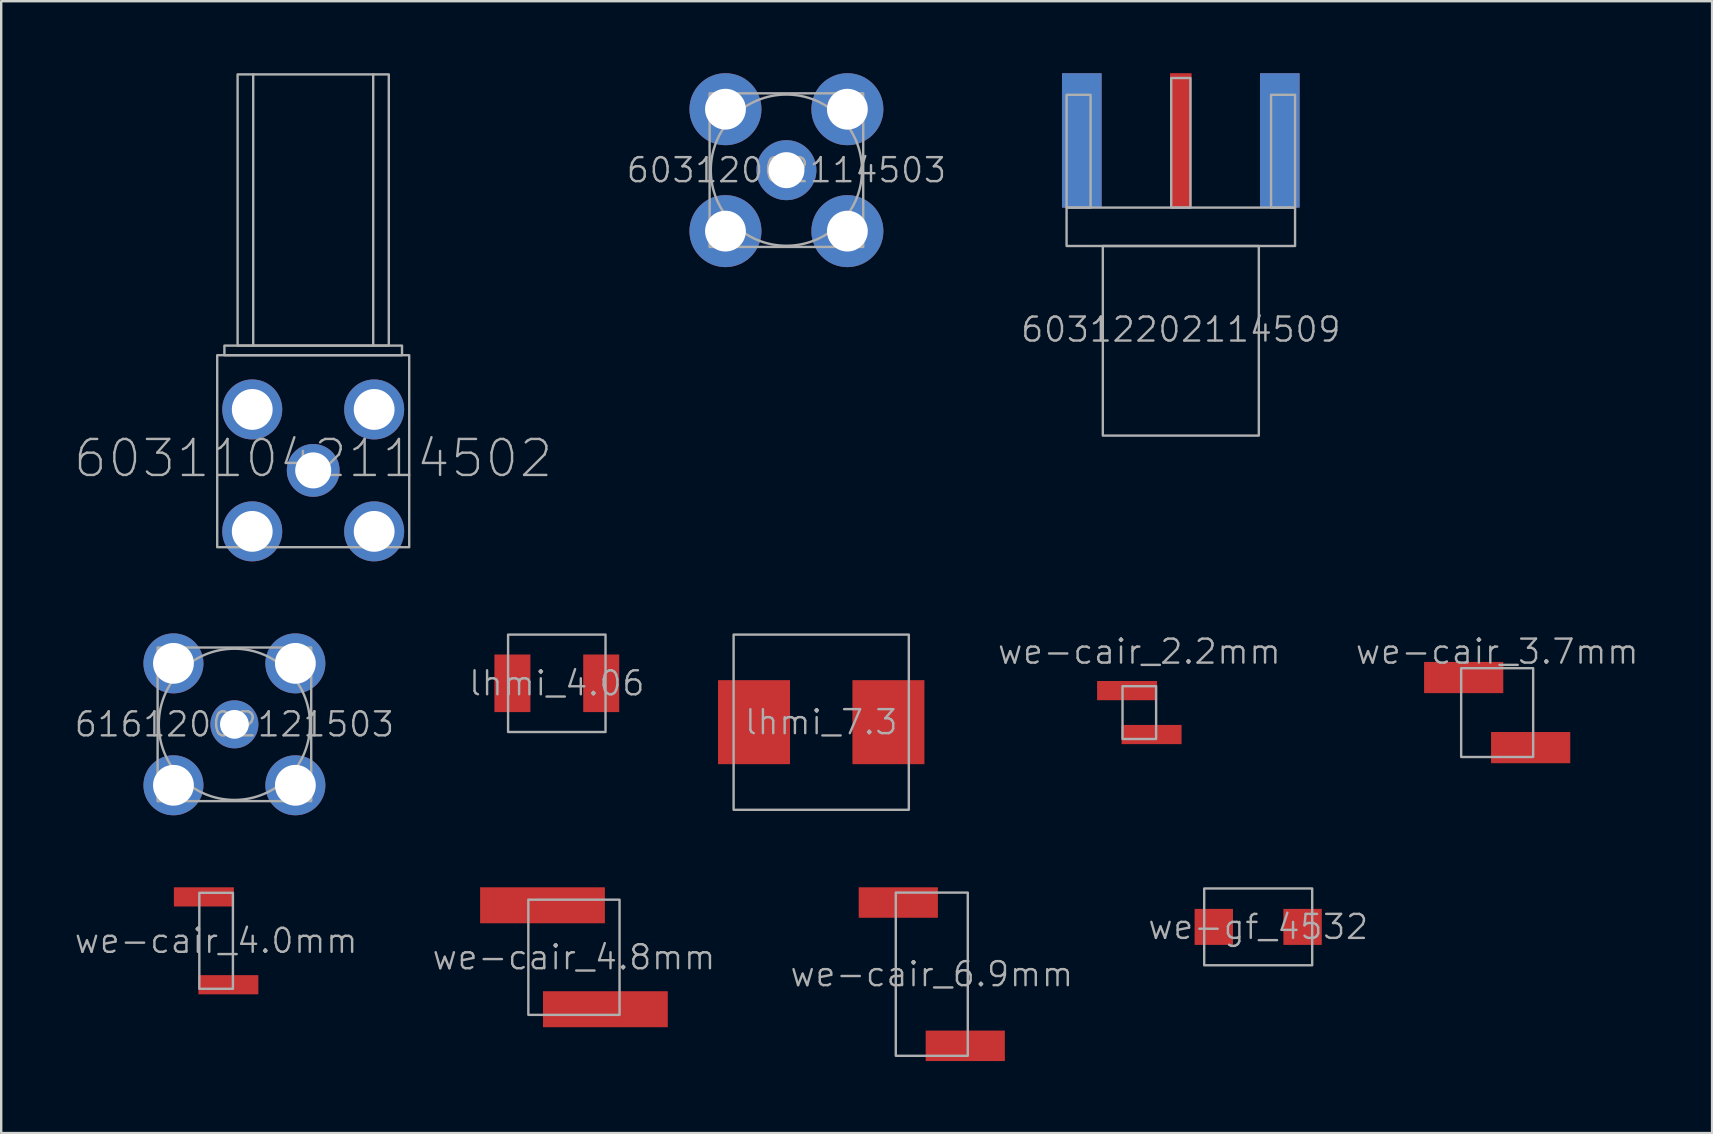
<source format=kicad_pcb>
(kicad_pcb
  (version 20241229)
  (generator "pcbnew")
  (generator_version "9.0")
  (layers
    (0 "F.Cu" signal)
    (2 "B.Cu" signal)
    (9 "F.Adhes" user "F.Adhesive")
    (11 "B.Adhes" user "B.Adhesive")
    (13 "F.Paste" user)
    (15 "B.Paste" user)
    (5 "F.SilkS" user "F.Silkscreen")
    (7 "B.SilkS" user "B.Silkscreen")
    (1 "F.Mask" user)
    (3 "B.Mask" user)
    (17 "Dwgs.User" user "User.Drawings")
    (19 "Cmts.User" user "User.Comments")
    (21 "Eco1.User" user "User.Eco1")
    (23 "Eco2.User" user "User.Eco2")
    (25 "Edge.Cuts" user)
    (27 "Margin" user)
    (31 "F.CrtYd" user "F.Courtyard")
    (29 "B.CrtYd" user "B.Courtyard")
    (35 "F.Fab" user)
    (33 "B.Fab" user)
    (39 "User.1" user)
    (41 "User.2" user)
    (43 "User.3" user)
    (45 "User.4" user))
  (footprint "we-cair_4.8mm"
    (layer "F.Cu")
    (at 20.864 36.835)
    (property "Reference" "we-cair_4.8mm" (at 0 0 0) (unlocked yes) (layer "F.Fab") (effects (font (size 1 1) (thickness 0.1))))
    (attr smd)
    (fp_rect (start -1.9 -2.4) (end 1.9 2.4) (stroke (width 0.1) (type default)) (fill no) (layer "F.Fab"))
    (pad "1" smd rect (at -1.31 -2.165) (size 5.2 1.5) (layers "F.Cu" "F.Mask" "F.Paste"))
    (pad "2" smd rect (at 1.31 2.165) (size 5.2 1.5) (layers "F.Cu" "F.Mask" "F.Paste")))
  (footprint "60312002114503"
    (layer "F.Cu")
    (at 29.717 4.04)
    (property "Reference" "60312002114503" (at 0 0 0) (unlocked yes) (layer "F.Fab") (effects (font (size 1 1) (thickness 0.1))))
    (attr through_hole)
    (fp_rect (start -3.2 3.2) (end 3.2 -3.2) (stroke (width 0.1) (type default)) (fill no) (layer "F.Fab"))
    (fp_circle (center 0 0) (end 3.15 0) (stroke (width 0.1) (type default)) (fill no) (layer "F.Fab"))
    (pad "1" thru_hole circle (at 0 0) (size 2.5 2.5) (drill 1.5) (layers "*.Cu" "*.Mask"))
    (pad "2" thru_hole circle (at -2.54 -2.54) (size 3 3) (drill 1.7) (layers "*.Cu" "*.Mask"))
    (pad "2" thru_hole circle (at -2.54 2.54) (size 3 3) (drill 1.7) (layers "*.Cu" "*.Mask"))
    (pad "2" thru_hole circle (at 2.54 -2.54) (size 3 3) (drill 1.7) (layers "*.Cu" "*.Mask"))
    (pad "2" thru_hole circle (at 2.54 2.54) (size 3 3) (drill 1.7) (layers "*.Cu" "*.Mask")))
  (footprint "lhmi_7.3"
    (layer "F.Cu")
    (at 31.167 27.04)
    (property "Reference" "lhmi_7.3" (at 0 0 0) (unlocked yes) (layer "F.Fab") (effects (font (size 1 1) (thickness 0.1))))
    (attr smd)
    (fp_rect (start -3.65 3.65) (end 3.65 -3.65) (stroke (width 0.1) (type default)) (fill no) (layer "F.Fab"))
    (pad "1" smd rect (at -2.8 0) (size 3 3.5) (layers "F.Cu" "F.Mask" "F.Paste"))
    (pad "2" smd rect (at 2.8 0) (size 3 3.5) (layers "F.Cu" "F.Mask" "F.Paste")))
  (footprint "we-cair_4.0mm"
    (layer "F.Cu")
    (at 5.955 36.15)
    (property "Reference" "we-cair_4.0mm" (at 0 0 0) (unlocked yes) (layer "F.Fab") (effects (font (size 1 1) (thickness 0.1))))
    (attr smd)
    (fp_rect (start -0.7 2) (end 0.7 -2) (stroke (width 0.1) (type default)) (fill no) (layer "F.Fab"))
    (pad "1" smd rect (at -0.51 -1.83) (size 2.5 0.8) (layers "F.Cu" "F.Mask" "F.Paste"))
    (pad "2" smd rect (at 0.51 1.83) (size 2.5 0.8) (layers "F.Cu" "F.Mask" "F.Paste")))
  (footprint "61612002121503"
    (layer "F.Cu")
    (at 6.717 27.13)
    (property "Reference" "61612002121503" (at 0 0 0) (unlocked yes) (layer "F.Fab") (effects (font (size 1 1) (thickness 0.1))))
    (attr through_hole)
    (fp_rect (start -3.2 3.2) (end 3.2 -3.2) (stroke (width 0.1) (type default)) (fill no) (layer "F.Fab"))
    (fp_circle (center 0 0) (end 3.15 0) (stroke (width 0.1) (type default)) (fill no) (layer "F.Fab"))
    (pad "1" thru_hole circle (at 0 0) (size 2 2) (drill 1.2) (layers "*.Cu" "*.Mask"))
    (pad "2" thru_hole circle (at -2.54 -2.54) (size 2.5 2.5) (drill 1.7) (layers "*.Cu" "*.Mask"))
    (pad "2" thru_hole circle (at -2.54 2.54) (size 2.5 2.5) (drill 1.7) (layers "*.Cu" "*.Mask"))
    (pad "2" thru_hole circle (at 2.54 -2.54) (size 2.5 2.5) (drill 1.7) (layers "*.Cu" "*.Mask"))
    (pad "2" thru_hole circle (at 2.54 2.54) (size 2.5 2.5) (drill 1.7) (layers "*.Cu" "*.Mask")))
  (footprint "we-cair_3.7mm"
    (layer "F.Cu")
    (at 59.331 26.64)
    (property "Reference" "we-cair_3.7mm" (at 0 -2.54 0) (unlocked yes) (layer "F.Fab") (effects (font (size 1 1) (thickness 0.1))))
    (attr smd)
    (fp_rect (start -1.5 1.85) (end 1.5 -1.85) (stroke (width 0.1) (type default)) (fill no) (layer "F.Fab"))
    (pad "1" smd rect (at -1.395 -1.46) (size 3.3 1.3) (layers "F.Cu" "F.Mask" "F.Paste"))
    (pad "2" smd rect (at 1.395 1.46) (size 3.3 1.3) (layers "F.Cu" "F.Mask" "F.Paste")))
  (footprint "we-cair_6.9mm"
    (layer "F.Cu")
    (at 35.774 37.54)
    (property "Reference" "we-cair_6.9mm" (at 0 0 0) (unlocked yes) (layer "F.Fab") (effects (font (size 1 1) (thickness 0.1))))
    (attr smd)
    (fp_rect (start -1.5 3.4) (end 1.5 -3.4) (stroke (width 0.1) (type default)) (fill no) (layer "F.Fab"))
    (pad "1" smd rect (at -1.395 -2.985) (size 3.3 1.27) (layers "F.Cu" "F.Mask" "F.Paste"))
    (pad "2" smd rect (at 1.395 2.985) (size 3.3 1.27) (layers "F.Cu" "F.Mask" "F.Paste")))
  (footprint "60311042114502"
    (layer "F.Cu")
    (at 10 11.35)
    (property "Reference" "60311042114502" (at 0 4.7 0) (unlocked yes) (layer "F.Fab") (effects (font (size 1.5 1.5) (thickness 0.1))))
    (attr through_hole)
    (fp_line (start -2.5 0) (end -2.5 -11.3) (stroke (width 0.1) (type default)) (layer "F.Fab"))
    (fp_line (start 2.5 0) (end 2.5 -11.3) (stroke (width 0.1) (type default)) (layer "F.Fab"))
    (fp_rect (start -4 8.4) (end 4 0.4) (stroke (width 0.1) (type default)) (fill no) (layer "F.Fab"))
    (fp_rect (start -3.7 0) (end 3.7 0.4) (stroke (width 0.1) (type default)) (fill no) (layer "F.Fab"))
    (fp_rect (start -3.15 0) (end 3.15 -11.3) (stroke (width 0.1) (type default)) (fill no) (layer "F.Fab"))
    (pad "1" thru_hole circle (at 0 5.2) (size 2.2 2.2) (drill 1.5) (layers "*.Cu" "*.Mask"))
    (pad "2" thru_hole circle (at -2.54 2.66) (size 2.5 2.5) (drill 1.7) (layers "*.Cu" "*.Mask"))
    (pad "2" thru_hole circle (at -2.54 7.74) (size 2.5 2.5) (drill 1.7) (layers "*.Cu" "*.Mask"))
    (pad "2" thru_hole circle (at 2.54 2.66) (size 2.5 2.5) (drill 1.7) (layers "*.Cu" "*.Mask"))
    (pad "2" thru_hole circle (at 2.54 7.74) (size 2.5 2.5) (drill 1.7) (layers "*.Cu" "*.Mask")))
  (footprint "we-gf_4532"
    (layer "F.Cu")
    (at 49.374 35.57)
    (property "Reference" "we-gf_4532" (at 0 0 0) (unlocked yes) (layer "F.Fab") (effects (font (size 1 1) (thickness 0.1))))
    (attr smd)
    (fp_rect (start -2.25 -1.6) (end 2.25 1.6) (stroke (width 0.1) (type default)) (fill no) (layer "F.Fab"))
    (pad "1" smd rect (at -1.85 0) (size 1.6 1.5) (layers "F.Cu" "F.Mask" "F.Paste"))
    (pad "2" smd rect (at 1.85 0) (size 1.6 1.5) (layers "F.Cu" "F.Mask" "F.Paste")))
  (footprint "lhmi_4.06"
    (layer "F.Cu")
    (at 20.15 25.42)
    (property "Reference" "lhmi_4.06" (at 0 0 0) (unlocked yes) (layer "F.Fab") (effects (font (size 1 1) (thickness 0.1))))
    (attr smd)
    (fp_rect (start -2.03 2.03) (end 2.03 -2.03) (stroke (width 0.1) (type default)) (fill no) (layer "F.Fab"))
    (pad "1" smd rect (at -1.85 0) (size 1.5 2.4) (layers "F.Cu" "F.Mask" "F.Paste"))
    (pad "2" smd rect (at 1.85 0) (size 1.5 2.4) (layers "F.Cu" "F.Mask" "F.Paste")))
  (footprint "we-cair_2.2mm"
    (layer "F.Cu")
    (at 44.421 26.64)
    (property "Reference" "we-cair_2.2mm" (at 0 -2.54 0) (unlocked yes) (layer "F.Fab") (effects (font (size 1 1) (thickness 0.1))))
    (attr smd)
    (fp_rect (start -0.7 1.1) (end 0.7 -1.1) (stroke (width 0.1) (type default)) (fill no) (layer "F.Fab"))
    (pad "1" smd rect (at -0.51 -0.915) (size 2.5 0.8) (layers "F.Cu" "F.Mask" "F.Paste"))
    (pad "2" smd rect (at 0.51 0.915) (size 2.5 0.8) (layers "F.Cu" "F.Mask" "F.Paste")))
  (footprint "60312202114509"
    (layer "F.Cu")
    (at 46.15 5.6)
    (property "Reference" "60312202114509" (at 0 5.08 0) (unlocked yes) (layer "F.Fab") (effects (font (size 1 1) (thickness 0.1))))
    (attr smd)
    (fp_rect (start -4.76 -4.7) (end -3.76 0) (stroke (width 0.1) (type default)) (fill no) (layer "F.Fab"))
    (fp_rect (start -4.76 0) (end 4.76 1.6) (stroke (width 0.1) (type default)) (fill no) (layer "F.Fab"))
    (fp_rect (start -3.25 1.6) (end 3.25 9.5) (stroke (width 0.1) (type default)) (fill no) (layer "F.Fab"))
    (fp_rect (start -0.4 -5.4) (end 0.4 0) (stroke (width 0.1) (type default)) (fill no) (layer "F.Fab"))
    (fp_rect (start 3.76 -4.7) (end 4.76 0) (stroke (width 0.1) (type default)) (fill no) (layer "F.Fab"))
    (pad "1" smd rect (at 0 -2.8) (size 0.9 5.6) (layers "F.Cu" "F.Mask" "F.Paste"))
    (pad "2" smd rect (at -4.125 -2.8) (size 1.65 5.6) (layers "F.Cu" "F.Mask" "F.Paste"))
    (pad "2" smd rect (at -4.125 -2.8) (size 1.65 5.6) (layers "B.Cu" "B.Mask" "B.Paste"))
    (pad "2" smd rect (at 4.125 -2.8) (size 1.65 5.6) (layers "F.Cu" "F.Mask" "F.Paste"))
    (pad "2" smd rect (at 4.125 -2.8) (size 1.65 5.6) (layers "B.Cu" "B.Mask" "B.Paste")))
  (gr_rect
    (start -3 -3)
    (end 68.286 44.16)
    (stroke (width 0.1) (type default))
    (fill no)
    (layer "Edge.Cuts")))
</source>
